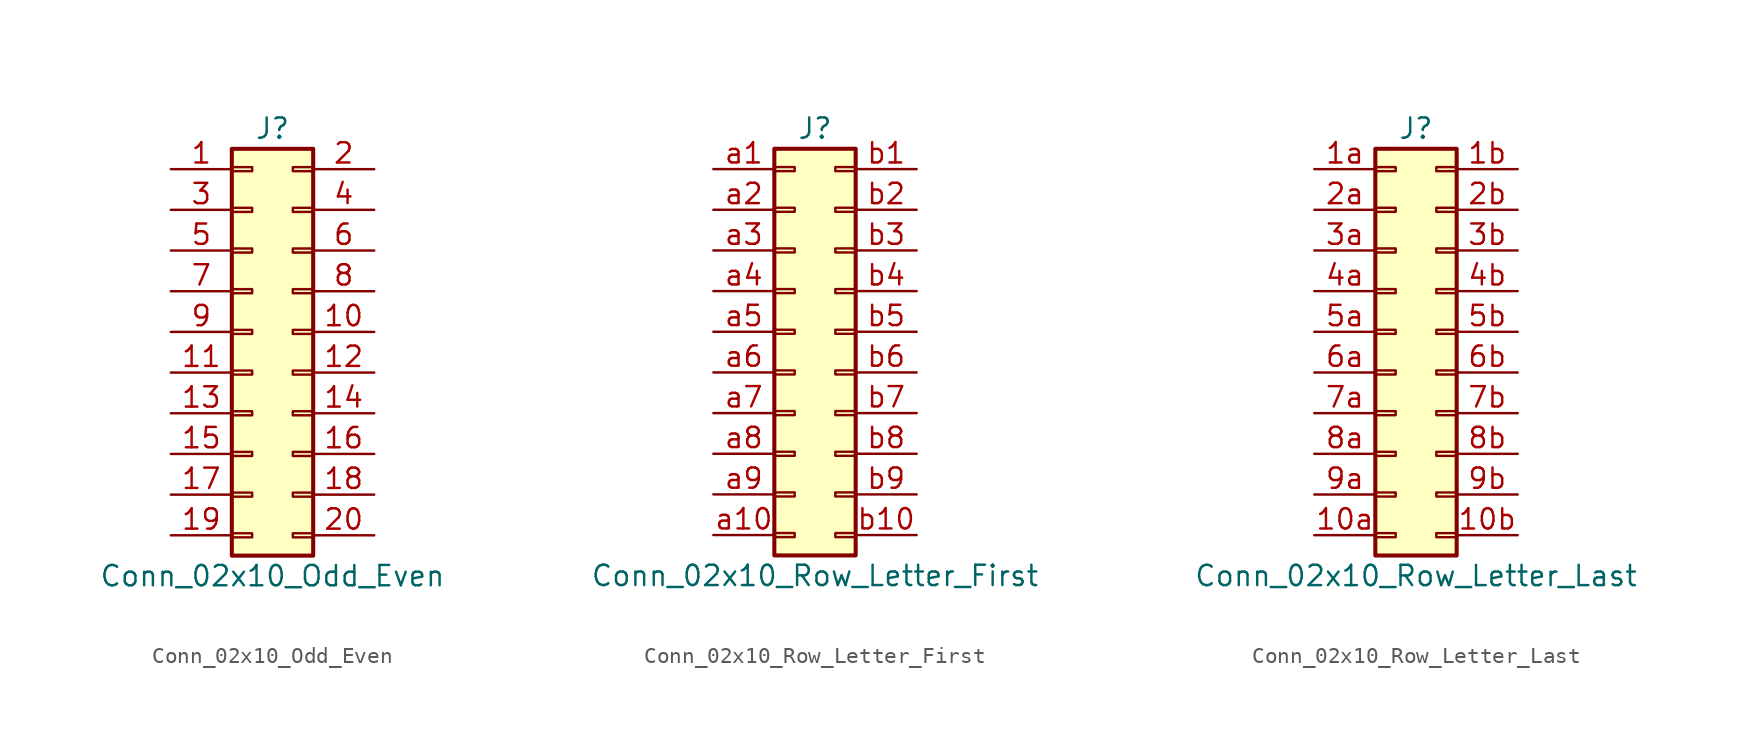
<source format=kicad_sym>
(kicad_symbol_lib
  (version 20201005)
  (generator kicad_symbol_editor)
  (symbol "Conn_02x10_Odd_Even"
    (pin_names
      (offset 1.016) hide)
    (property "Reference" "J"
      (at 1.27 12.7 0)
      (effects (font (size 1.27 1.27))))
    (property "Value" "Conn_02x10_Odd_Even"
      (at 1.27 -15.24 0)
      (effects (font (size 1.27 1.27))))
    (symbol "Conn_02x10_Odd_Even_1_1"
      (rectangle (start -1.27 -12.573) (end 0 -12.827) (stroke (width 0.152)) (fill (type none)))
      (rectangle (start -1.27 -10.033) (end 0 -10.287) (stroke (width 0.152)) (fill (type none)))
      (rectangle (start -1.27 -7.493) (end 0 -7.747) (stroke (width 0.152)) (fill (type none)))
      (rectangle (start -1.27 -4.953) (end 0 -5.207) (stroke (width 0.152)) (fill (type none)))
      (rectangle (start -1.27 -2.413) (end 0 -2.667) (stroke (width 0.152)) (fill (type none)))
      (rectangle (start -1.27 0.127) (end 0 -0.127) (stroke (width 0.152)) (fill (type none)))
      (rectangle (start -1.27 2.667) (end 0 2.413) (stroke (width 0.152)) (fill (type none)))
      (rectangle (start -1.27 5.207) (end 0 4.953) (stroke (width 0.152)) (fill (type none)))
      (rectangle (start -1.27 7.747) (end 0 7.493) (stroke (width 0.152)) (fill (type none)))
      (rectangle (start -1.27 10.287) (end 0 10.033) (stroke (width 0.152)) (fill (type none)))
      (rectangle (start 3.81 -12.573) (end 2.54 -12.827) (stroke (width 0.152)) (fill (type none)))
      (rectangle (start 3.81 -10.033) (end 2.54 -10.287) (stroke (width 0.152)) (fill (type none)))
      (rectangle (start 3.81 -7.493) (end 2.54 -7.747) (stroke (width 0.152)) (fill (type none)))
      (rectangle (start 3.81 -4.953) (end 2.54 -5.207) (stroke (width 0.152)) (fill (type none)))
      (rectangle (start 3.81 -2.413) (end 2.54 -2.667) (stroke (width 0.152)) (fill (type none)))
      (rectangle (start 3.81 0.127) (end 2.54 -0.127) (stroke (width 0.152)) (fill (type none)))
      (rectangle (start 3.81 2.667) (end 2.54 2.413) (stroke (width 0.152)) (fill (type none)))
      (rectangle (start 3.81 5.207) (end 2.54 4.953) (stroke (width 0.152)) (fill (type none)))
      (rectangle (start 3.81 7.747) (end 2.54 7.493) (stroke (width 0.152)) (fill (type none)))
      (rectangle (start 3.81 10.287) (end 2.54 10.033) (stroke (width 0.152)) (fill (type none)))
      (rectangle (start -1.27 11.43) (end 3.81 -13.97) (stroke (width 0.254)) (fill (type background)))
      (pin passive line (at -5.08 10.16 0) (length 3.81) (name "Pin_1" (effects (font (size 1.27 1.27)))) (number "1" (effects (font (size 1.27 1.27)))))
      (pin passive line (at 7.62 0 180) (length 3.81) (name "Pin_10" (effects (font (size 1.27 1.27)))) (number "10" (effects (font (size 1.27 1.27)))))
      (pin passive line (at -5.08 -2.54 0) (length 3.81) (name "Pin_11" (effects (font (size 1.27 1.27)))) (number "11" (effects (font (size 1.27 1.27)))))
      (pin passive line (at 7.62 -2.54 180) (length 3.81) (name "Pin_12" (effects (font (size 1.27 1.27)))) (number "12" (effects (font (size 1.27 1.27)))))
      (pin passive line (at -5.08 -5.08 0) (length 3.81) (name "Pin_13" (effects (font (size 1.27 1.27)))) (number "13" (effects (font (size 1.27 1.27)))))
      (pin passive line (at 7.62 -5.08 180) (length 3.81) (name "Pin_14" (effects (font (size 1.27 1.27)))) (number "14" (effects (font (size 1.27 1.27)))))
      (pin passive line (at -5.08 -7.62 0) (length 3.81) (name "Pin_15" (effects (font (size 1.27 1.27)))) (number "15" (effects (font (size 1.27 1.27)))))
      (pin passive line (at 7.62 -7.62 180) (length 3.81) (name "Pin_16" (effects (font (size 1.27 1.27)))) (number "16" (effects (font (size 1.27 1.27)))))
      (pin passive line (at -5.08 -10.16 0) (length 3.81) (name "Pin_17" (effects (font (size 1.27 1.27)))) (number "17" (effects (font (size 1.27 1.27)))))
      (pin passive line (at 7.62 -10.16 180) (length 3.81) (name "Pin_18" (effects (font (size 1.27 1.27)))) (number "18" (effects (font (size 1.27 1.27)))))
      (pin passive line (at -5.08 -12.7 0) (length 3.81) (name "Pin_19" (effects (font (size 1.27 1.27)))) (number "19" (effects (font (size 1.27 1.27)))))
      (pin passive line (at 7.62 10.16 180) (length 3.81) (name "Pin_2" (effects (font (size 1.27 1.27)))) (number "2" (effects (font (size 1.27 1.27)))))
      (pin passive line (at 7.62 -12.7 180) (length 3.81) (name "Pin_20" (effects (font (size 1.27 1.27)))) (number "20" (effects (font (size 1.27 1.27)))))
      (pin passive line (at -5.08 7.62 0) (length 3.81) (name "Pin_3" (effects (font (size 1.27 1.27)))) (number "3" (effects (font (size 1.27 1.27)))))
      (pin passive line (at 7.62 7.62 180) (length 3.81) (name "Pin_4" (effects (font (size 1.27 1.27)))) (number "4" (effects (font (size 1.27 1.27)))))
      (pin passive line (at -5.08 5.08 0) (length 3.81) (name "Pin_5" (effects (font (size 1.27 1.27)))) (number "5" (effects (font (size 1.27 1.27)))))
      (pin passive line (at 7.62 5.08 180) (length 3.81) (name "Pin_6" (effects (font (size 1.27 1.27)))) (number "6" (effects (font (size 1.27 1.27)))))
      (pin passive line (at -5.08 2.54 0) (length 3.81) (name "Pin_7" (effects (font (size 1.27 1.27)))) (number "7" (effects (font (size 1.27 1.27)))))
      (pin passive line (at 7.62 2.54 180) (length 3.81) (name "Pin_8" (effects (font (size 1.27 1.27)))) (number "8" (effects (font (size 1.27 1.27)))))
      (pin passive line (at -5.08 0 0) (length 3.81) (name "Pin_9" (effects (font (size 1.27 1.27)))) (number "9" (effects (font (size 1.27 1.27)))))))
  (symbol "Conn_02x10_Row_Letter_First"
    (pin_names
      (offset 1.016) hide)
    (property "Reference" "J"
      (at 1.27 12.7 0)
      (effects (font (size 1.27 1.27))))
    (property "Value" "Conn_02x10_Row_Letter_First"
      (at 1.27 -15.24 0)
      (effects (font (size 1.27 1.27))))
    (symbol "Conn_02x10_Row_Letter_First_1_1"
      (rectangle (start -1.27 -12.573) (end 0 -12.827) (stroke (width 0.152)) (fill (type none)))
      (rectangle (start -1.27 -10.033) (end 0 -10.287) (stroke (width 0.152)) (fill (type none)))
      (rectangle (start -1.27 -7.493) (end 0 -7.747) (stroke (width 0.152)) (fill (type none)))
      (rectangle (start -1.27 -4.953) (end 0 -5.207) (stroke (width 0.152)) (fill (type none)))
      (rectangle (start -1.27 -2.413) (end 0 -2.667) (stroke (width 0.152)) (fill (type none)))
      (rectangle (start -1.27 0.127) (end 0 -0.127) (stroke (width 0.152)) (fill (type none)))
      (rectangle (start -1.27 2.667) (end 0 2.413) (stroke (width 0.152)) (fill (type none)))
      (rectangle (start -1.27 5.207) (end 0 4.953) (stroke (width 0.152)) (fill (type none)))
      (rectangle (start -1.27 7.747) (end 0 7.493) (stroke (width 0.152)) (fill (type none)))
      (rectangle (start -1.27 10.287) (end 0 10.033) (stroke (width 0.152)) (fill (type none)))
      (rectangle (start 3.81 -12.573) (end 2.54 -12.827) (stroke (width 0.152)) (fill (type none)))
      (rectangle (start 3.81 -10.033) (end 2.54 -10.287) (stroke (width 0.152)) (fill (type none)))
      (rectangle (start 3.81 -7.493) (end 2.54 -7.747) (stroke (width 0.152)) (fill (type none)))
      (rectangle (start 3.81 -4.953) (end 2.54 -5.207) (stroke (width 0.152)) (fill (type none)))
      (rectangle (start 3.81 -2.413) (end 2.54 -2.667) (stroke (width 0.152)) (fill (type none)))
      (rectangle (start 3.81 0.127) (end 2.54 -0.127) (stroke (width 0.152)) (fill (type none)))
      (rectangle (start 3.81 2.667) (end 2.54 2.413) (stroke (width 0.152)) (fill (type none)))
      (rectangle (start 3.81 5.207) (end 2.54 4.953) (stroke (width 0.152)) (fill (type none)))
      (rectangle (start 3.81 7.747) (end 2.54 7.493) (stroke (width 0.152)) (fill (type none)))
      (rectangle (start 3.81 10.287) (end 2.54 10.033) (stroke (width 0.152)) (fill (type none)))
      (rectangle (start -1.27 11.43) (end 3.81 -13.97) (stroke (width 0.254)) (fill (type background)))
      (pin passive line (at -5.08 10.16 0) (length 3.81) (name "Pin_a1" (effects (font (size 1.27 1.27)))) (number "a1" (effects (font (size 1.27 1.27)))))
      (pin passive line (at -5.08 -12.7 0) (length 3.81) (name "Pin_a10" (effects (font (size 1.27 1.27)))) (number "a10" (effects (font (size 1.27 1.27)))))
      (pin passive line (at -5.08 7.62 0) (length 3.81) (name "Pin_a2" (effects (font (size 1.27 1.27)))) (number "a2" (effects (font (size 1.27 1.27)))))
      (pin passive line (at -5.08 5.08 0) (length 3.81) (name "Pin_a3" (effects (font (size 1.27 1.27)))) (number "a3" (effects (font (size 1.27 1.27)))))
      (pin passive line (at -5.08 2.54 0) (length 3.81) (name "Pin_a4" (effects (font (size 1.27 1.27)))) (number "a4" (effects (font (size 1.27 1.27)))))
      (pin passive line (at -5.08 0 0) (length 3.81) (name "Pin_a5" (effects (font (size 1.27 1.27)))) (number "a5" (effects (font (size 1.27 1.27)))))
      (pin passive line (at -5.08 -2.54 0) (length 3.81) (name "Pin_a6" (effects (font (size 1.27 1.27)))) (number "a6" (effects (font (size 1.27 1.27)))))
      (pin passive line (at -5.08 -5.08 0) (length 3.81) (name "Pin_a7" (effects (font (size 1.27 1.27)))) (number "a7" (effects (font (size 1.27 1.27)))))
      (pin passive line (at -5.08 -7.62 0) (length 3.81) (name "Pin_a8" (effects (font (size 1.27 1.27)))) (number "a8" (effects (font (size 1.27 1.27)))))
      (pin passive line (at -5.08 -10.16 0) (length 3.81) (name "Pin_a9" (effects (font (size 1.27 1.27)))) (number "a9" (effects (font (size 1.27 1.27)))))
      (pin passive line (at 7.62 10.16 180) (length 3.81) (name "Pin_b1" (effects (font (size 1.27 1.27)))) (number "b1" (effects (font (size 1.27 1.27)))))
      (pin passive line (at 7.62 -12.7 180) (length 3.81) (name "Pin_b10" (effects (font (size 1.27 1.27)))) (number "b10" (effects (font (size 1.27 1.27)))))
      (pin passive line (at 7.62 7.62 180) (length 3.81) (name "Pin_b2" (effects (font (size 1.27 1.27)))) (number "b2" (effects (font (size 1.27 1.27)))))
      (pin passive line (at 7.62 5.08 180) (length 3.81) (name "Pin_b3" (effects (font (size 1.27 1.27)))) (number "b3" (effects (font (size 1.27 1.27)))))
      (pin passive line (at 7.62 2.54 180) (length 3.81) (name "Pin_b4" (effects (font (size 1.27 1.27)))) (number "b4" (effects (font (size 1.27 1.27)))))
      (pin passive line (at 7.62 0 180) (length 3.81) (name "Pin_b5" (effects (font (size 1.27 1.27)))) (number "b5" (effects (font (size 1.27 1.27)))))
      (pin passive line (at 7.62 -2.54 180) (length 3.81) (name "Pin_b6" (effects (font (size 1.27 1.27)))) (number "b6" (effects (font (size 1.27 1.27)))))
      (pin passive line (at 7.62 -5.08 180) (length 3.81) (name "Pin_b7" (effects (font (size 1.27 1.27)))) (number "b7" (effects (font (size 1.27 1.27)))))
      (pin passive line (at 7.62 -7.62 180) (length 3.81) (name "Pin_b8" (effects (font (size 1.27 1.27)))) (number "b8" (effects (font (size 1.27 1.27)))))
      (pin passive line (at 7.62 -10.16 180) (length 3.81) (name "Pin_b9" (effects (font (size 1.27 1.27)))) (number "b9" (effects (font (size 1.27 1.27)))))))
  (symbol "Conn_02x10_Row_Letter_Last"
    (pin_names
      (offset 1.016) hide)
    (property "Reference" "J"
      (at 1.27 12.7 0)
      (effects (font (size 1.27 1.27))))
    (property "Value" "Conn_02x10_Row_Letter_Last"
      (at 1.27 -15.24 0)
      (effects (font (size 1.27 1.27))))
    (symbol "Conn_02x10_Row_Letter_Last_1_1"
      (rectangle (start -1.27 -12.573) (end 0 -12.827) (stroke (width 0.152)) (fill (type none)))
      (rectangle (start -1.27 -10.033) (end 0 -10.287) (stroke (width 0.152)) (fill (type none)))
      (rectangle (start -1.27 -7.493) (end 0 -7.747) (stroke (width 0.152)) (fill (type none)))
      (rectangle (start -1.27 -4.953) (end 0 -5.207) (stroke (width 0.152)) (fill (type none)))
      (rectangle (start -1.27 -2.413) (end 0 -2.667) (stroke (width 0.152)) (fill (type none)))
      (rectangle (start -1.27 0.127) (end 0 -0.127) (stroke (width 0.152)) (fill (type none)))
      (rectangle (start -1.27 2.667) (end 0 2.413) (stroke (width 0.152)) (fill (type none)))
      (rectangle (start -1.27 5.207) (end 0 4.953) (stroke (width 0.152)) (fill (type none)))
      (rectangle (start -1.27 7.747) (end 0 7.493) (stroke (width 0.152)) (fill (type none)))
      (rectangle (start -1.27 10.287) (end 0 10.033) (stroke (width 0.152)) (fill (type none)))
      (rectangle (start 3.81 -12.573) (end 2.54 -12.827) (stroke (width 0.152)) (fill (type none)))
      (rectangle (start 3.81 -10.033) (end 2.54 -10.287) (stroke (width 0.152)) (fill (type none)))
      (rectangle (start 3.81 -7.493) (end 2.54 -7.747) (stroke (width 0.152)) (fill (type none)))
      (rectangle (start 3.81 -4.953) (end 2.54 -5.207) (stroke (width 0.152)) (fill (type none)))
      (rectangle (start 3.81 -2.413) (end 2.54 -2.667) (stroke (width 0.152)) (fill (type none)))
      (rectangle (start 3.81 0.127) (end 2.54 -0.127) (stroke (width 0.152)) (fill (type none)))
      (rectangle (start 3.81 2.667) (end 2.54 2.413) (stroke (width 0.152)) (fill (type none)))
      (rectangle (start 3.81 5.207) (end 2.54 4.953) (stroke (width 0.152)) (fill (type none)))
      (rectangle (start 3.81 7.747) (end 2.54 7.493) (stroke (width 0.152)) (fill (type none)))
      (rectangle (start 3.81 10.287) (end 2.54 10.033) (stroke (width 0.152)) (fill (type none)))
      (rectangle (start -1.27 11.43) (end 3.81 -13.97) (stroke (width 0.254)) (fill (type background)))
      (pin passive line (at -5.08 -12.7 0) (length 3.81) (name "Pin_10a" (effects (font (size 1.27 1.27)))) (number "10a" (effects (font (size 1.27 1.27)))))
      (pin passive line (at 7.62 -12.7 180) (length 3.81) (name "Pin_10b" (effects (font (size 1.27 1.27)))) (number "10b" (effects (font (size 1.27 1.27)))))
      (pin passive line (at -5.08 10.16 0) (length 3.81) (name "Pin_1a" (effects (font (size 1.27 1.27)))) (number "1a" (effects (font (size 1.27 1.27)))))
      (pin passive line (at 7.62 10.16 180) (length 3.81) (name "Pin_1b" (effects (font (size 1.27 1.27)))) (number "1b" (effects (font (size 1.27 1.27)))))
      (pin passive line (at -5.08 7.62 0) (length 3.81) (name "Pin_2a" (effects (font (size 1.27 1.27)))) (number "2a" (effects (font (size 1.27 1.27)))))
      (pin passive line (at 7.62 7.62 180) (length 3.81) (name "Pin_2b" (effects (font (size 1.27 1.27)))) (number "2b" (effects (font (size 1.27 1.27)))))
      (pin passive line (at -5.08 5.08 0) (length 3.81) (name "Pin_3a" (effects (font (size 1.27 1.27)))) (number "3a" (effects (font (size 1.27 1.27)))))
      (pin passive line (at 7.62 5.08 180) (length 3.81) (name "Pin_3b" (effects (font (size 1.27 1.27)))) (number "3b" (effects (font (size 1.27 1.27)))))
      (pin passive line (at -5.08 2.54 0) (length 3.81) (name "Pin_4a" (effects (font (size 1.27 1.27)))) (number "4a" (effects (font (size 1.27 1.27)))))
      (pin passive line (at 7.62 2.54 180) (length 3.81) (name "Pin_4b" (effects (font (size 1.27 1.27)))) (number "4b" (effects (font (size 1.27 1.27)))))
      (pin passive line (at -5.08 0 0) (length 3.81) (name "Pin_5a" (effects (font (size 1.27 1.27)))) (number "5a" (effects (font (size 1.27 1.27)))))
      (pin passive line (at 7.62 0 180) (length 3.81) (name "Pin_5b" (effects (font (size 1.27 1.27)))) (number "5b" (effects (font (size 1.27 1.27)))))
      (pin passive line (at -5.08 -2.54 0) (length 3.81) (name "Pin_6a" (effects (font (size 1.27 1.27)))) (number "6a" (effects (font (size 1.27 1.27)))))
      (pin passive line (at 7.62 -2.54 180) (length 3.81) (name "Pin_6b" (effects (font (size 1.27 1.27)))) (number "6b" (effects (font (size 1.27 1.27)))))
      (pin passive line (at -5.08 -5.08 0) (length 3.81) (name "Pin_7a" (effects (font (size 1.27 1.27)))) (number "7a" (effects (font (size 1.27 1.27)))))
      (pin passive line (at 7.62 -5.08 180) (length 3.81) (name "Pin_7b" (effects (font (size 1.27 1.27)))) (number "7b" (effects (font (size 1.27 1.27)))))
      (pin passive line (at -5.08 -7.62 0) (length 3.81) (name "Pin_8a" (effects (font (size 1.27 1.27)))) (number "8a" (effects (font (size 1.27 1.27)))))
      (pin passive line (at 7.62 -7.62 180) (length 3.81) (name "Pin_8b" (effects (font (size 1.27 1.27)))) (number "8b" (effects (font (size 1.27 1.27)))))
      (pin passive line (at -5.08 -10.16 0) (length 3.81) (name "Pin_9a" (effects (font (size 1.27 1.27)))) (number "9a" (effects (font (size 1.27 1.27)))))
      (pin passive line (at 7.62 -10.16 180) (length 3.81) (name "Pin_9b" (effects (font (size 1.27 1.27)))) (number "9b" (effects (font (size 1.27 1.27))))))))
</source>
